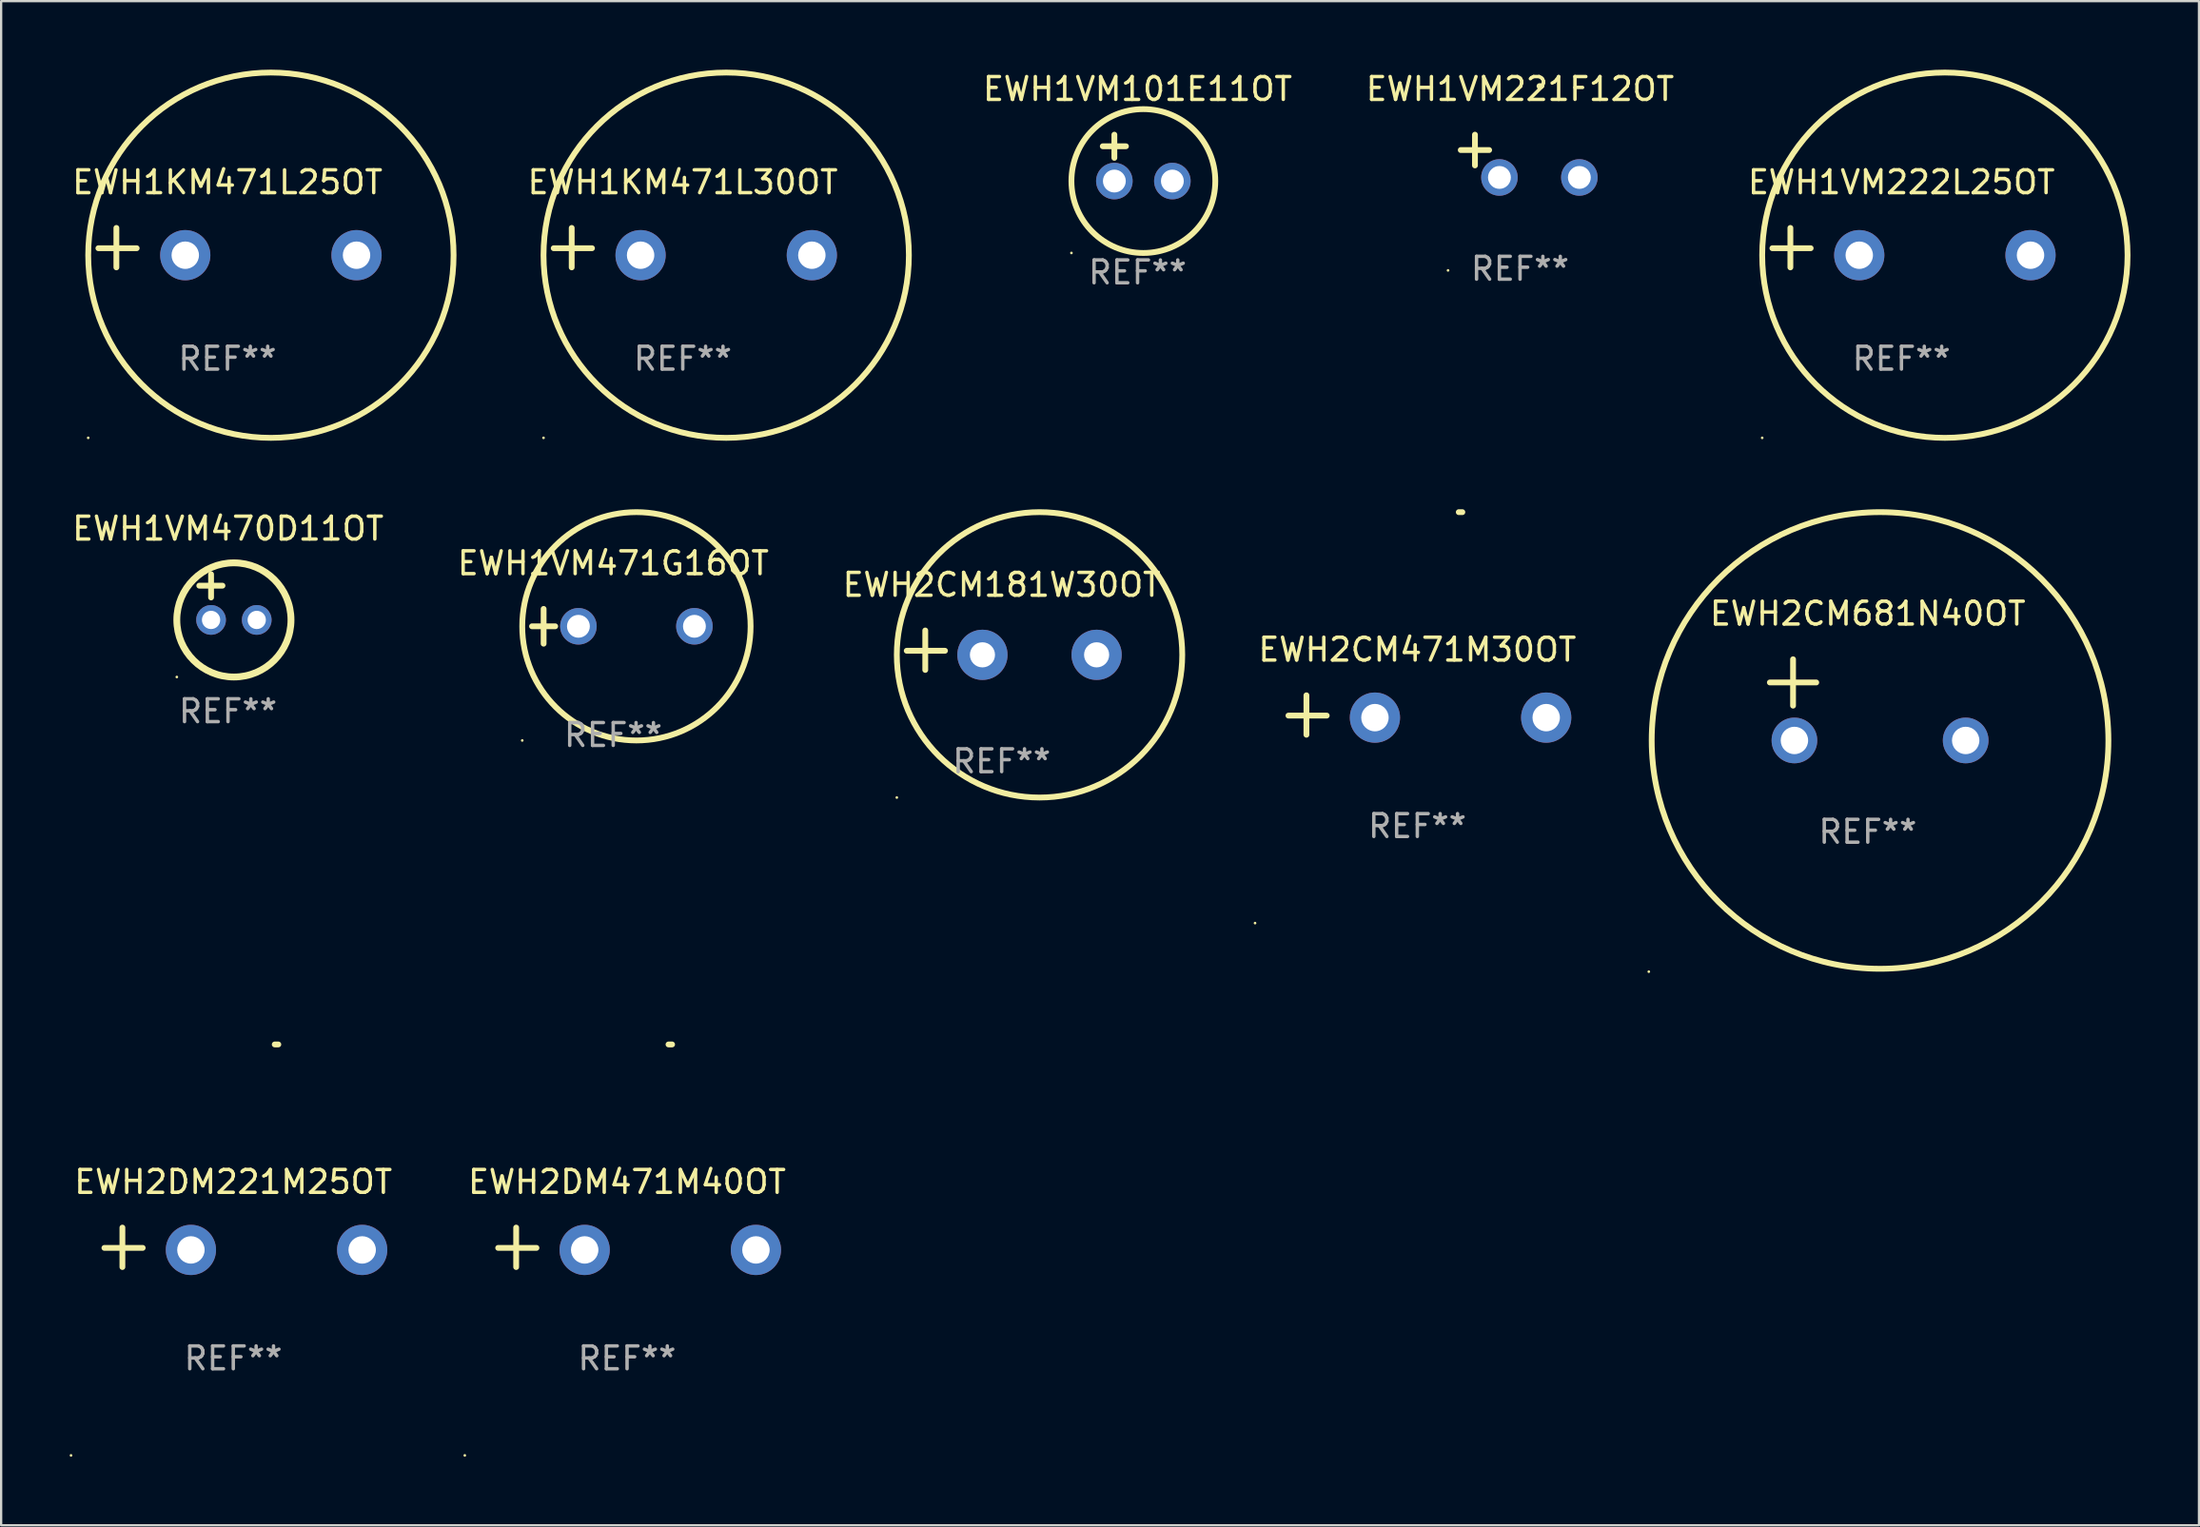
<source format=kicad_pcb>
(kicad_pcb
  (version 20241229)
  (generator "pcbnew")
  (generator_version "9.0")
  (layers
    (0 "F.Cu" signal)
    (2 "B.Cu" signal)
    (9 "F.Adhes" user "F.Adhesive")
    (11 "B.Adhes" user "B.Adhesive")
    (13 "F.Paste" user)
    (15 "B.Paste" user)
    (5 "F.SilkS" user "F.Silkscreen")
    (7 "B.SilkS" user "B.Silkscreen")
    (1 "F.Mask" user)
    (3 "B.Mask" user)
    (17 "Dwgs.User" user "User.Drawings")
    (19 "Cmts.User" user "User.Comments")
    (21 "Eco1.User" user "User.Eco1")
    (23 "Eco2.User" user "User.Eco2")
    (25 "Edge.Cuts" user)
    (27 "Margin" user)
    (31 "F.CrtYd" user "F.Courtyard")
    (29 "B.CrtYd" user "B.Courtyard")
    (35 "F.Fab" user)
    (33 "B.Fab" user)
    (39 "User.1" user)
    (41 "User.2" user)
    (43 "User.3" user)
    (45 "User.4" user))
  (footprint "EWH2CM471M30OT"
    (layer "F.Cu")
    (at 59.017 28.267)
    (property "Reference" "EWH2CM471M30OT" (at 0 -2.864 0) (layer "F.SilkS") (effects (font (size 1 1) (thickness 0.15))))
    (attr through_hole)
    (fp_line (start -4.856 0.864) (end -4.856 -0.864) (stroke (width 0.254) (type solid)) (layer "F.SilkS"))
    (fp_line (start -3.967 0.025) (end -5.644 0.025) (stroke (width 0.254) (type solid)) (layer "F.SilkS"))
    (fp_arc (start 1.815024 -8.885649) (mid 1.893764 -8.88599) (end 1.972504 -8.885649) (stroke (width 0.254001) (type solid)) (layer "F.SilkS"))
    (fp_circle (center -7.106 9.114) (end -7.076 9.114) (stroke (width 0.06) (type solid)) (fill no) (layer "F.SilkS"))
    (fp_text user "REF**" (at 0 4.864 0) (layer "F.Fab") (effects (font (size 1 1) (thickness 0.15))))
    (pad "1" thru_hole circle (at -1.856 0.114) (size 2.2 2.2) (drill 1.2) (layers "*.Cu" "*.Mask"))
    (pad "2" thru_hole circle (at 5.644 0.114) (size 2.2 2.2) (drill 1.2) (layers "*.Cu" "*.Mask")))
  (footprint "EWH2CM681N40OT"
    (layer "F.Cu")
    (at 78.743 27.603)
    (property "Reference" "EWH2CM681N40OT" (at 0 -3.778 0) (layer "F.SilkS") (effects (font (size 1 1) (thickness 0.15))))
    (attr through_hole)
    (fp_line (start -4.288 -0.762) (end -2.256 -0.762) (stroke (width 0.254) (type solid)) (layer "F.SilkS"))
    (fp_line (start -3.272 -1.778) (end -3.272 0.254) (stroke (width 0.254) (type solid)) (layer "F.SilkS"))
    (fp_circle (center -9.589 11.905) (end -9.559 11.905) (stroke (width 0.06) (type solid)) (fill no) (layer "F.SilkS"))
    (fp_circle (center 0.538 1.778) (end 10.538 1.778) (stroke (width 0.254) (type solid)) (fill no) (layer "F.SilkS"))
    (fp_text user "REF**" (at 0 5.778 0) (layer "F.Fab") (effects (font (size 1 1) (thickness 0.15))))
    (pad "1" thru_hole circle (at -3.212 1.778) (size 2 2) (drill 1.2) (layers "*.Cu" "*.Mask"))
    (pad "2" thru_hole circle (at 4.288 1.778) (size 2 2) (drill 1.2) (layers "*.Cu" "*.Mask")))
  (footprint "EWH1KM471L25OT"
    (layer "F.Cu")
    (at 6.911 7.797)
    (property "Reference" "EWH1KM471L25OT" (at 0 -2.864 0) (layer "F.SilkS") (effects (font (size 1 1) (thickness 0.15))))
    (attr through_hole)
    (fp_line (start -4.864 0.864) (end -4.864 -0.864) (stroke (width 0.254) (type solid)) (layer "F.SilkS"))
    (fp_line (start -3.975 0.025) (end -5.652 0.025) (stroke (width 0.254) (type solid)) (layer "F.SilkS"))
    (fp_circle (center -6.098 8.33) (end -6.068 8.33) (stroke (width 0.06) (type solid)) (fill no) (layer "F.SilkS"))
    (fp_circle (center 1.902 0.33) (end 9.902 0.33) (stroke (width 0.254) (type solid)) (fill no) (layer "F.SilkS"))
    (fp_text user "REF**" (at 0 4.864 0) (layer "F.Fab") (effects (font (size 1 1) (thickness 0.15))))
    (pad "1" thru_hole circle (at -1.848 0.33) (size 2.2 2.2) (drill 1.2) (layers "*.Cu" "*.Mask"))
    (pad "2" thru_hole circle (at 5.652 0.33) (size 2.2 2.2) (drill 1.2) (layers "*.Cu" "*.Mask")))
  (footprint "EWH1VM101E11OT"
    (layer "F.Cu")
    (at 46.766 3.864)
    (property "Reference" "EWH1VM101E11OT" (at 0 -3.016 0) (layer "F.SilkS") (effects (font (size 1 1) (thickness 0.15))))
    (attr through_hole)
    (fp_line (start -1.524 -0.508) (end -0.508 -0.508) (stroke (width 0.254) (type solid)) (layer "F.SilkS"))
    (fp_line (start -1.016 -1.016) (end -1.016 0) (stroke (width 0.254) (type solid)) (layer "F.SilkS"))
    (fp_circle (center -2.896 4.166) (end -2.866 4.166) (stroke (width 0.06) (type solid)) (fill no) (layer "F.SilkS"))
    (fp_circle (center 0.254 1.016) (end 3.404 1.016) (stroke (width 0.254) (type solid)) (fill no) (layer "F.SilkS"))
    (fp_text user "REF**" (at 0 5.016 0) (layer "F.Fab") (effects (font (size 1 1) (thickness 0.15))))
    (pad "1" thru_hole circle (at -1.016 1.016) (size 1.6 1.6) (drill 1) (layers "*.Cu" "*.Mask"))
    (pad "2" thru_hole circle (at 1.524 1.016) (size 1.6 1.6) (drill 1) (layers "*.Cu" "*.Mask")))
  (footprint "EWH1VM471G16OT"
    (layer "F.Cu")
    (at 23.804 24.381)
    (property "Reference" "EWH1VM471G16OT" (at 0 -2.762 0) (layer "F.SilkS") (effects (font (size 1 1) (thickness 0.15))))
    (attr through_hole)
    (fp_line (start -3.556 0) (end -2.54 0) (stroke (width 0.254) (type solid)) (layer "F.SilkS"))
    (fp_line (start -3.048 -0.762) (end -3.048 0.762) (stroke (width 0.254) (type solid)) (layer "F.SilkS"))
    (fp_circle (center -3.984 5) (end -3.954 5) (stroke (width 0.06) (type solid)) (fill no) (layer "F.SilkS"))
    (fp_circle (center 1.016 0) (end 6.016 0) (stroke (width 0.254) (type solid)) (fill no) (layer "F.SilkS"))
    (fp_text user "REF**" (at 0 4.762 0) (layer "F.Fab") (effects (font (size 1 1) (thickness 0.15))))
    (pad "1" thru_hole circle (at -1.524 0) (size 1.6 1.6) (drill 1) (layers "*.Cu" "*.Mask"))
    (pad "2" thru_hole circle (at 3.556 0) (size 1.6 1.6) (drill 1) (layers "*.Cu" "*.Mask")))
  (footprint "EWH1VM221F12OT"
    (layer "F.Cu")
    (at 63.516 3.785)
    (property "Reference" "EWH1VM221F12OT" (at 0 -2.937 0) (layer "F.SilkS") (effects (font (size 1 1) (thickness 0.15))))
    (attr through_hole)
    (fp_line (start -1.975 0.41) (end -1.975 -0.937) (stroke (width 0.254) (type solid)) (layer "F.SilkS"))
    (fp_line (start -1.353 -0.263) (end -2.597 -0.263) (stroke (width 0.254) (type solid)) (layer "F.SilkS"))
    (fp_arc (start 0.849809 -3.063957) (mid 0.885369 -3.064114) (end 0.920929 -3.063957) (stroke (width 0.254001) (type solid)) (layer "F.SilkS"))
    (fp_circle (center -3.154 5.008) (end -3.124 5.008) (stroke (width 0.06) (type solid)) (fill no) (layer "F.SilkS"))
    (fp_text user "REF**" (at 0 4.937 0) (layer "F.Fab") (effects (font (size 1 1) (thickness 0.15))))
    (pad "1" thru_hole circle (at -0.903 0.937) (size 1.6 1.6) (drill 1) (layers "*.Cu" "*.Mask"))
    (pad "2" thru_hole circle (at 2.597 0.937) (size 1.6 1.6) (drill 1) (layers "*.Cu" "*.Mask")))
  (footprint "EWH1VM222L25OT"
    (layer "F.Cu")
    (at 80.218 7.797)
    (property "Reference" "EWH1VM222L25OT" (at 0 -2.864 0) (layer "F.SilkS") (effects (font (size 1 1) (thickness 0.15))))
    (attr through_hole)
    (fp_line (start -4.864 0.864) (end -4.864 -0.864) (stroke (width 0.254) (type solid)) (layer "F.SilkS"))
    (fp_line (start -3.975 0.025) (end -5.652 0.025) (stroke (width 0.254) (type solid)) (layer "F.SilkS"))
    (fp_circle (center -6.098 8.33) (end -6.068 8.33) (stroke (width 0.06) (type solid)) (fill no) (layer "F.SilkS"))
    (fp_circle (center 1.902 0.33) (end 9.902 0.33) (stroke (width 0.254) (type solid)) (fill no) (layer "F.SilkS"))
    (fp_text user "REF**" (at 0 4.864 0) (layer "F.Fab") (effects (font (size 1 1) (thickness 0.15))))
    (pad "1" thru_hole circle (at -1.848 0.33) (size 2.2 2.2) (drill 1.2) (layers "*.Cu" "*.Mask"))
    (pad "2" thru_hole circle (at 5.652 0.33) (size 2.2 2.2) (drill 1.2) (layers "*.Cu" "*.Mask")))
  (footprint "EWH2DM471M40OT"
    (layer "F.Cu")
    (at 24.41 51.581)
    (property "Reference" "EWH2DM471M40OT" (at 0 -2.864 0) (layer "F.SilkS") (effects (font (size 1 1) (thickness 0.15))))
    (attr through_hole)
    (fp_line (start -4.856 0.864) (end -4.856 -0.864) (stroke (width 0.254) (type solid)) (layer "F.SilkS"))
    (fp_line (start -3.967 0.025) (end -5.644 0.025) (stroke (width 0.254) (type solid)) (layer "F.SilkS"))
    (fp_arc (start 1.815024 -8.885649) (mid 1.893764 -8.88599) (end 1.972504 -8.885649) (stroke (width 0.254001) (type solid)) (layer "F.SilkS"))
    (fp_circle (center -7.106 9.114) (end -7.076 9.114) (stroke (width 0.06) (type solid)) (fill no) (layer "F.SilkS"))
    (fp_text user "REF**" (at 0 4.864 0) (layer "F.Fab") (effects (font (size 1 1) (thickness 0.15))))
    (pad "1" thru_hole circle (at -1.856 0.114) (size 2.2 2.2) (drill 1.2) (layers "*.Cu" "*.Mask"))
    (pad "2" thru_hole circle (at 5.644 0.114) (size 2.2 2.2) (drill 1.2) (layers "*.Cu" "*.Mask")))
  (footprint "EWH1KM471L30OT"
    (layer "F.Cu")
    (at 26.85 7.797)
    (property "Reference" "EWH1KM471L30OT" (at 0 -2.864 0) (layer "F.SilkS") (effects (font (size 1 1) (thickness 0.15))))
    (attr through_hole)
    (fp_line (start -4.864 0.864) (end -4.864 -0.864) (stroke (width 0.254) (type solid)) (layer "F.SilkS"))
    (fp_line (start -3.975 0.025) (end -5.652 0.025) (stroke (width 0.254) (type solid)) (layer "F.SilkS"))
    (fp_circle (center -6.098 8.33) (end -6.068 8.33) (stroke (width 0.06) (type solid)) (fill no) (layer "F.SilkS"))
    (fp_circle (center 1.902 0.33) (end 9.902 0.33) (stroke (width 0.254) (type solid)) (fill no) (layer "F.SilkS"))
    (fp_text user "REF**" (at 0 4.864 0) (layer "F.Fab") (effects (font (size 1 1) (thickness 0.15))))
    (pad "1" thru_hole circle (at -1.848 0.33) (size 2.2 2.2) (drill 1.2) (layers "*.Cu" "*.Mask"))
    (pad "2" thru_hole circle (at 5.652 0.33) (size 2.2 2.2) (drill 1.2) (layers "*.Cu" "*.Mask")))
  (footprint "EWH1VM470D11OT"
    (layer "F.Cu")
    (at 6.935 23.102)
    (property "Reference" "EWH1VM470D11OT" (at 0 -3 0) (layer "F.SilkS") (effects (font (size 1 1) (thickness 0.15))))
    (attr through_hole)
    (fp_line (start -1.258 -0.5) (end -0.242 -0.5) (stroke (width 0.254) (type solid)) (layer "F.SilkS"))
    (fp_line (start -0.742 -1) (end -0.742 0.016) (stroke (width 0.254) (type solid)) (layer "F.SilkS"))
    (fp_circle (center -2.242 3.5) (end -2.212 3.5) (stroke (width 0.06) (type solid)) (fill no) (layer "F.SilkS"))
    (fp_circle (center 0.258 1) (end 2.758 1) (stroke (width 0.3) (type solid)) (fill no) (layer "F.SilkS"))
    (fp_text user "REF**" (at 0 5 0) (layer "F.Fab") (effects (font (size 1 1) (thickness 0.15))))
    (pad "1" thru_hole circle (at -0.742 1) (size 1.3 1.3) (drill 0.8) (layers "*.Cu" "*.Mask"))
    (pad "2" thru_hole circle (at 1.258 1) (size 1.3 1.3) (drill 0.8) (layers "*.Cu" "*.Mask")))
  (footprint "EWH2DM221M25OT"
    (layer "F.Cu")
    (at 7.166 51.581)
    (property "Reference" "EWH2DM221M25OT" (at 0 -2.864 0) (layer "F.SilkS") (effects (font (size 1 1) (thickness 0.15))))
    (attr through_hole)
    (fp_line (start -4.856 0.864) (end -4.856 -0.864) (stroke (width 0.254) (type solid)) (layer "F.SilkS"))
    (fp_line (start -3.967 0.025) (end -5.644 0.025) (stroke (width 0.254) (type solid)) (layer "F.SilkS"))
    (fp_arc (start 1.815024 -8.885649) (mid 1.893764 -8.88599) (end 1.972504 -8.885649) (stroke (width 0.254001) (type solid)) (layer "F.SilkS"))
    (fp_circle (center -7.106 9.114) (end -7.076 9.114) (stroke (width 0.06) (type solid)) (fill no) (layer "F.SilkS"))
    (fp_text user "REF**" (at 0 4.864 0) (layer "F.Fab") (effects (font (size 1 1) (thickness 0.15))))
    (pad "1" thru_hole circle (at -1.856 0.114) (size 2.2 2.2) (drill 1.2) (layers "*.Cu" "*.Mask"))
    (pad "2" thru_hole circle (at 5.644 0.114) (size 2.2 2.2) (drill 1.2) (layers "*.Cu" "*.Mask")))
  (footprint "EWH2CM181W30OT"
    (layer "F.Cu")
    (at 40.815 25.428)
    (property "Reference" "EWH2CM181W30OT" (at 0 -2.864 0) (layer "F.SilkS") (effects (font (size 1 1) (thickness 0.15))))
    (attr through_hole)
    (fp_line (start -3.346 0.864) (end -3.346 -0.864) (stroke (width 0.254) (type solid)) (layer "F.SilkS"))
    (fp_line (start -2.482 0.025) (end -4.158 0.025) (stroke (width 0.254) (type solid)) (layer "F.SilkS"))
    (fp_circle (center -4.592 6.453) (end -4.562 6.453) (stroke (width 0.06) (type solid)) (fill no) (layer "F.SilkS"))
    (fp_circle (center 1.658 0.203) (end 7.908 0.203) (stroke (width 0.254) (type solid)) (fill no) (layer "F.SilkS"))
    (fp_text user "REF**" (at 0 4.864 0) (layer "F.Fab") (effects (font (size 1 1) (thickness 0.15))))
    (pad "1" thru_hole circle (at -0.842 0.203) (size 2.2 2.2) (drill 1.1) (layers "*.Cu" "*.Mask"))
    (pad "2" thru_hole circle (at 4.158 0.203) (size 2.2 2.2) (drill 1.1) (layers "*.Cu" "*.Mask")))
  (gr_rect
    (start -3 -3)
    (end 93.247 63.755)
    (stroke (width 0.1) (type default))
    (fill no)
    (layer "Edge.Cuts")))
</source>
